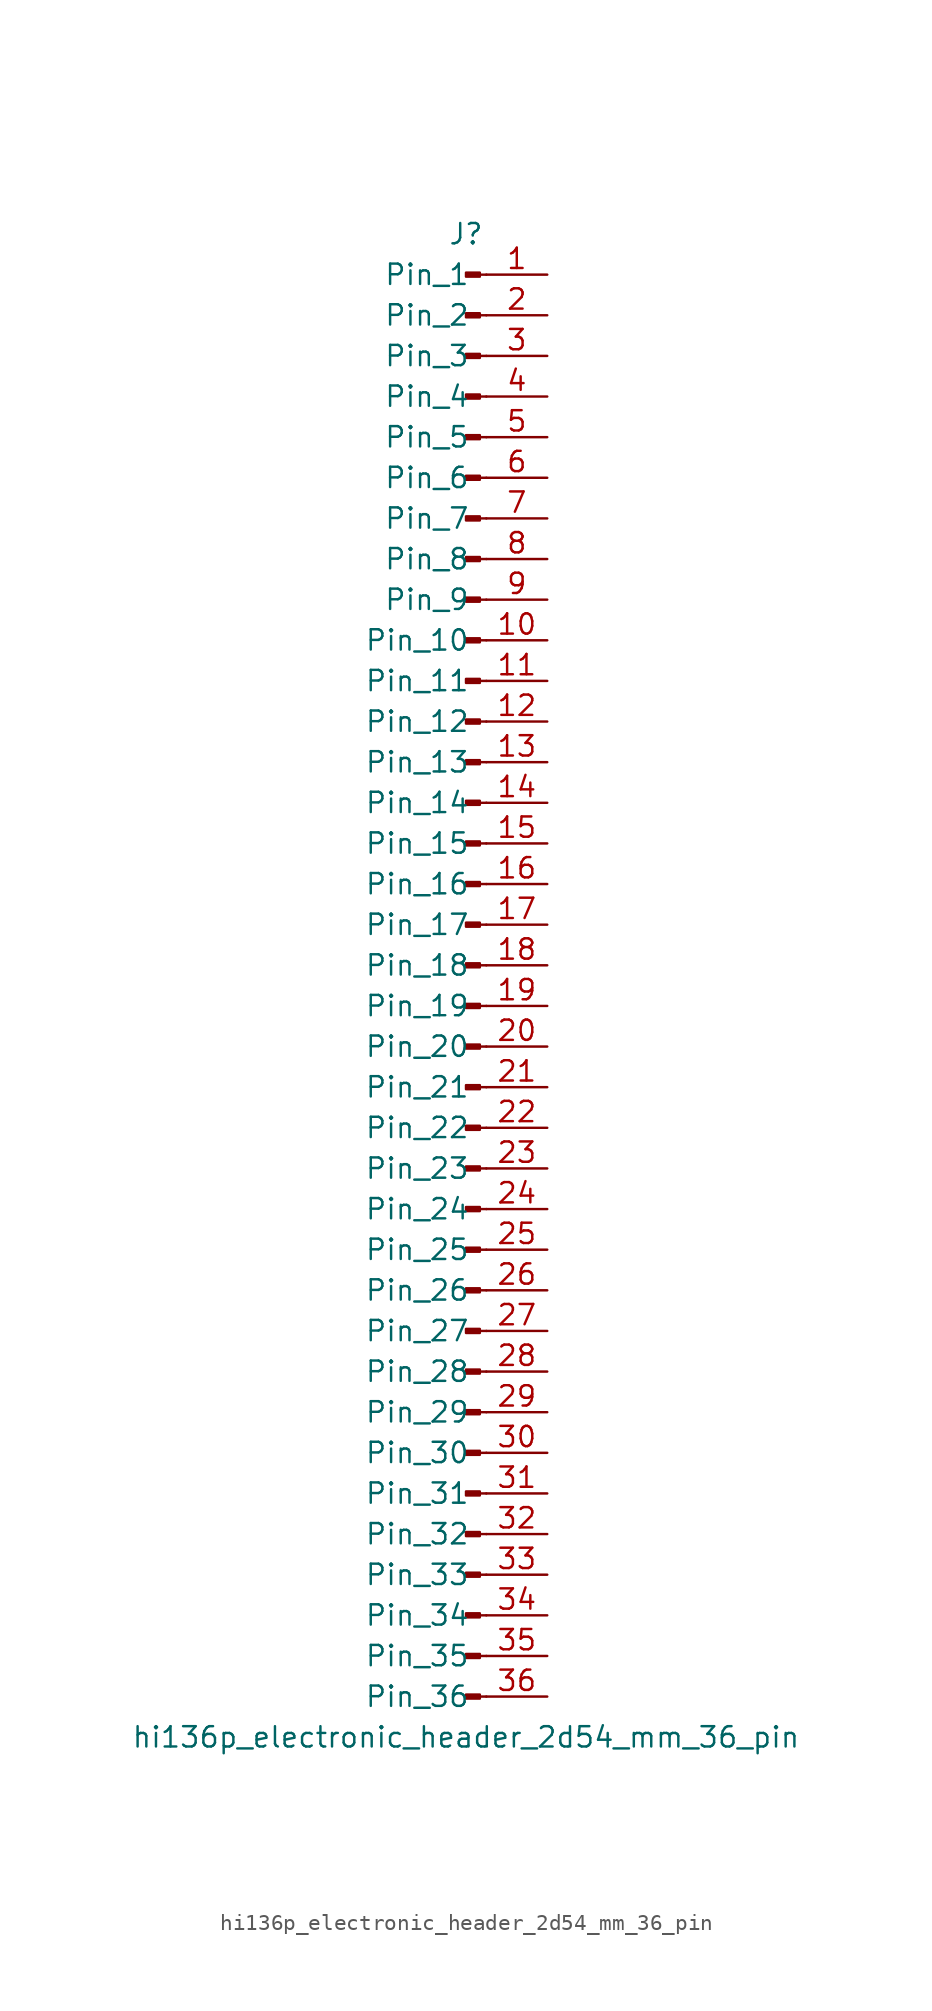
<source format=kicad_sym>
(kicad_symbol_lib
  (version 20220914)
  (generator kicad_symbol_editor)
  (symbol "hi136p_electronic_header_2d54_mm_36_pin"
    (pin_names
      (offset 1.016))
    (property "Reference" "J"
      (at 0 45.72 0)
      (effects (font (size 1.27 1.27))))
    (property "Value" "hi136p_electronic_header_2d54_mm_36_pin"
      (at 0 -48.26 0)
      (effects (font (size 1.27 1.27))))
    (property "ki_locked" ""
      (at 0 0 0)
      (effects (font (size 1.27 1.27))))
    (symbol "hi136p_electronic_header_2d54_mm_36_pin_1_1"
      (polyline (pts (xy 1.27 -45.72) (xy 0.864 -45.72)) (stroke (width 0.152) (type default)) (fill (type none)))
      (polyline (pts (xy 1.27 -43.18) (xy 0.864 -43.18)) (stroke (width 0.152) (type default)) (fill (type none)))
      (polyline (pts (xy 1.27 -40.64) (xy 0.864 -40.64)) (stroke (width 0.152) (type default)) (fill (type none)))
      (polyline (pts (xy 1.27 -38.1) (xy 0.864 -38.1)) (stroke (width 0.152) (type default)) (fill (type none)))
      (polyline (pts (xy 1.27 -35.56) (xy 0.864 -35.56)) (stroke (width 0.152) (type default)) (fill (type none)))
      (polyline (pts (xy 1.27 -33.02) (xy 0.864 -33.02)) (stroke (width 0.152) (type default)) (fill (type none)))
      (polyline (pts (xy 1.27 -30.48) (xy 0.864 -30.48)) (stroke (width 0.152) (type default)) (fill (type none)))
      (polyline (pts (xy 1.27 -27.94) (xy 0.864 -27.94)) (stroke (width 0.152) (type default)) (fill (type none)))
      (polyline (pts (xy 1.27 -25.4) (xy 0.864 -25.4)) (stroke (width 0.152) (type default)) (fill (type none)))
      (polyline (pts (xy 1.27 -22.86) (xy 0.864 -22.86)) (stroke (width 0.152) (type default)) (fill (type none)))
      (polyline (pts (xy 1.27 -20.32) (xy 0.864 -20.32)) (stroke (width 0.152) (type default)) (fill (type none)))
      (polyline (pts (xy 1.27 -17.78) (xy 0.864 -17.78)) (stroke (width 0.152) (type default)) (fill (type none)))
      (polyline (pts (xy 1.27 -15.24) (xy 0.864 -15.24)) (stroke (width 0.152) (type default)) (fill (type none)))
      (polyline (pts (xy 1.27 -12.7) (xy 0.864 -12.7)) (stroke (width 0.152) (type default)) (fill (type none)))
      (polyline (pts (xy 1.27 -10.16) (xy 0.864 -10.16)) (stroke (width 0.152) (type default)) (fill (type none)))
      (polyline (pts (xy 1.27 -7.62) (xy 0.864 -7.62)) (stroke (width 0.152) (type default)) (fill (type none)))
      (polyline (pts (xy 1.27 -5.08) (xy 0.864 -5.08)) (stroke (width 0.152) (type default)) (fill (type none)))
      (polyline (pts (xy 1.27 -2.54) (xy 0.864 -2.54)) (stroke (width 0.152) (type default)) (fill (type none)))
      (polyline (pts (xy 1.27 0) (xy 0.864 0)) (stroke (width 0.152) (type default)) (fill (type none)))
      (polyline (pts (xy 1.27 2.54) (xy 0.864 2.54)) (stroke (width 0.152) (type default)) (fill (type none)))
      (polyline (pts (xy 1.27 5.08) (xy 0.864 5.08)) (stroke (width 0.152) (type default)) (fill (type none)))
      (polyline (pts (xy 1.27 7.62) (xy 0.864 7.62)) (stroke (width 0.152) (type default)) (fill (type none)))
      (polyline (pts (xy 1.27 10.16) (xy 0.864 10.16)) (stroke (width 0.152) (type default)) (fill (type none)))
      (polyline (pts (xy 1.27 12.7) (xy 0.864 12.7)) (stroke (width 0.152) (type default)) (fill (type none)))
      (polyline (pts (xy 1.27 15.24) (xy 0.864 15.24)) (stroke (width 0.152) (type default)) (fill (type none)))
      (polyline (pts (xy 1.27 17.78) (xy 0.864 17.78)) (stroke (width 0.152) (type default)) (fill (type none)))
      (polyline (pts (xy 1.27 20.32) (xy 0.864 20.32)) (stroke (width 0.152) (type default)) (fill (type none)))
      (polyline (pts (xy 1.27 22.86) (xy 0.864 22.86)) (stroke (width 0.152) (type default)) (fill (type none)))
      (polyline (pts (xy 1.27 25.4) (xy 0.864 25.4)) (stroke (width 0.152) (type default)) (fill (type none)))
      (polyline (pts (xy 1.27 27.94) (xy 0.864 27.94)) (stroke (width 0.152) (type default)) (fill (type none)))
      (polyline (pts (xy 1.27 30.48) (xy 0.864 30.48)) (stroke (width 0.152) (type default)) (fill (type none)))
      (polyline (pts (xy 1.27 33.02) (xy 0.864 33.02)) (stroke (width 0.152) (type default)) (fill (type none)))
      (polyline (pts (xy 1.27 35.56) (xy 0.864 35.56)) (stroke (width 0.152) (type default)) (fill (type none)))
      (polyline (pts (xy 1.27 38.1) (xy 0.864 38.1)) (stroke (width 0.152) (type default)) (fill (type none)))
      (polyline (pts (xy 1.27 40.64) (xy 0.864 40.64)) (stroke (width 0.152) (type default)) (fill (type none)))
      (polyline (pts (xy 1.27 43.18) (xy 0.864 43.18)) (stroke (width 0.152) (type default)) (fill (type none)))
      (rectangle (start 0.864 -45.593) (end 0 -45.847) (stroke (width 0.152) (type default)) (fill (type outline)))
      (rectangle (start 0.864 -43.053) (end 0 -43.307) (stroke (width 0.152) (type default)) (fill (type outline)))
      (rectangle (start 0.864 -40.513) (end 0 -40.767) (stroke (width 0.152) (type default)) (fill (type outline)))
      (rectangle (start 0.864 -37.973) (end 0 -38.227) (stroke (width 0.152) (type default)) (fill (type outline)))
      (rectangle (start 0.864 -35.433) (end 0 -35.687) (stroke (width 0.152) (type default)) (fill (type outline)))
      (rectangle (start 0.864 -32.893) (end 0 -33.147) (stroke (width 0.152) (type default)) (fill (type outline)))
      (rectangle (start 0.864 -30.353) (end 0 -30.607) (stroke (width 0.152) (type default)) (fill (type outline)))
      (rectangle (start 0.864 -27.813) (end 0 -28.067) (stroke (width 0.152) (type default)) (fill (type outline)))
      (rectangle (start 0.864 -25.273) (end 0 -25.527) (stroke (width 0.152) (type default)) (fill (type outline)))
      (rectangle (start 0.864 -22.733) (end 0 -22.987) (stroke (width 0.152) (type default)) (fill (type outline)))
      (rectangle (start 0.864 -20.193) (end 0 -20.447) (stroke (width 0.152) (type default)) (fill (type outline)))
      (rectangle (start 0.864 -17.653) (end 0 -17.907) (stroke (width 0.152) (type default)) (fill (type outline)))
      (rectangle (start 0.864 -15.113) (end 0 -15.367) (stroke (width 0.152) (type default)) (fill (type outline)))
      (rectangle (start 0.864 -12.573) (end 0 -12.827) (stroke (width 0.152) (type default)) (fill (type outline)))
      (rectangle (start 0.864 -10.033) (end 0 -10.287) (stroke (width 0.152) (type default)) (fill (type outline)))
      (rectangle (start 0.864 -7.493) (end 0 -7.747) (stroke (width 0.152) (type default)) (fill (type outline)))
      (rectangle (start 0.864 -4.953) (end 0 -5.207) (stroke (width 0.152) (type default)) (fill (type outline)))
      (rectangle (start 0.864 -2.413) (end 0 -2.667) (stroke (width 0.152) (type default)) (fill (type outline)))
      (rectangle (start 0.864 0.127) (end 0 -0.127) (stroke (width 0.152) (type default)) (fill (type outline)))
      (rectangle (start 0.864 2.667) (end 0 2.413) (stroke (width 0.152) (type default)) (fill (type outline)))
      (rectangle (start 0.864 5.207) (end 0 4.953) (stroke (width 0.152) (type default)) (fill (type outline)))
      (rectangle (start 0.864 7.747) (end 0 7.493) (stroke (width 0.152) (type default)) (fill (type outline)))
      (rectangle (start 0.864 10.287) (end 0 10.033) (stroke (width 0.152) (type default)) (fill (type outline)))
      (rectangle (start 0.864 12.827) (end 0 12.573) (stroke (width 0.152) (type default)) (fill (type outline)))
      (rectangle (start 0.864 15.367) (end 0 15.113) (stroke (width 0.152) (type default)) (fill (type outline)))
      (rectangle (start 0.864 17.907) (end 0 17.653) (stroke (width 0.152) (type default)) (fill (type outline)))
      (rectangle (start 0.864 20.447) (end 0 20.193) (stroke (width 0.152) (type default)) (fill (type outline)))
      (rectangle (start 0.864 22.987) (end 0 22.733) (stroke (width 0.152) (type default)) (fill (type outline)))
      (rectangle (start 0.864 25.527) (end 0 25.273) (stroke (width 0.152) (type default)) (fill (type outline)))
      (rectangle (start 0.864 28.067) (end 0 27.813) (stroke (width 0.152) (type default)) (fill (type outline)))
      (rectangle (start 0.864 30.607) (end 0 30.353) (stroke (width 0.152) (type default)) (fill (type outline)))
      (rectangle (start 0.864 33.147) (end 0 32.893) (stroke (width 0.152) (type default)) (fill (type outline)))
      (rectangle (start 0.864 35.687) (end 0 35.433) (stroke (width 0.152) (type default)) (fill (type outline)))
      (rectangle (start 0.864 38.227) (end 0 37.973) (stroke (width 0.152) (type default)) (fill (type outline)))
      (rectangle (start 0.864 40.767) (end 0 40.513) (stroke (width 0.152) (type default)) (fill (type outline)))
      (rectangle (start 0.864 43.307) (end 0 43.053) (stroke (width 0.152) (type default)) (fill (type outline)))
      (pin passive line (at 5.08 43.18 180) (length 3.81) (name "Pin_1" (effects (font (size 1.27 1.27)))) (number "1" (effects (font (size 1.27 1.27)))))
      (pin passive line (at 5.08 20.32 180) (length 3.81) (name "Pin_10" (effects (font (size 1.27 1.27)))) (number "10" (effects (font (size 1.27 1.27)))))
      (pin passive line (at 5.08 17.78 180) (length 3.81) (name "Pin_11" (effects (font (size 1.27 1.27)))) (number "11" (effects (font (size 1.27 1.27)))))
      (pin passive line (at 5.08 15.24 180) (length 3.81) (name "Pin_12" (effects (font (size 1.27 1.27)))) (number "12" (effects (font (size 1.27 1.27)))))
      (pin passive line (at 5.08 12.7 180) (length 3.81) (name "Pin_13" (effects (font (size 1.27 1.27)))) (number "13" (effects (font (size 1.27 1.27)))))
      (pin passive line (at 5.08 10.16 180) (length 3.81) (name "Pin_14" (effects (font (size 1.27 1.27)))) (number "14" (effects (font (size 1.27 1.27)))))
      (pin passive line (at 5.08 7.62 180) (length 3.81) (name "Pin_15" (effects (font (size 1.27 1.27)))) (number "15" (effects (font (size 1.27 1.27)))))
      (pin passive line (at 5.08 5.08 180) (length 3.81) (name "Pin_16" (effects (font (size 1.27 1.27)))) (number "16" (effects (font (size 1.27 1.27)))))
      (pin passive line (at 5.08 2.54 180) (length 3.81) (name "Pin_17" (effects (font (size 1.27 1.27)))) (number "17" (effects (font (size 1.27 1.27)))))
      (pin passive line (at 5.08 0 180) (length 3.81) (name "Pin_18" (effects (font (size 1.27 1.27)))) (number "18" (effects (font (size 1.27 1.27)))))
      (pin passive line (at 5.08 -2.54 180) (length 3.81) (name "Pin_19" (effects (font (size 1.27 1.27)))) (number "19" (effects (font (size 1.27 1.27)))))
      (pin passive line (at 5.08 40.64 180) (length 3.81) (name "Pin_2" (effects (font (size 1.27 1.27)))) (number "2" (effects (font (size 1.27 1.27)))))
      (pin passive line (at 5.08 -5.08 180) (length 3.81) (name "Pin_20" (effects (font (size 1.27 1.27)))) (number "20" (effects (font (size 1.27 1.27)))))
      (pin passive line (at 5.08 -7.62 180) (length 3.81) (name "Pin_21" (effects (font (size 1.27 1.27)))) (number "21" (effects (font (size 1.27 1.27)))))
      (pin passive line (at 5.08 -10.16 180) (length 3.81) (name "Pin_22" (effects (font (size 1.27 1.27)))) (number "22" (effects (font (size 1.27 1.27)))))
      (pin passive line (at 5.08 -12.7 180) (length 3.81) (name "Pin_23" (effects (font (size 1.27 1.27)))) (number "23" (effects (font (size 1.27 1.27)))))
      (pin passive line (at 5.08 -15.24 180) (length 3.81) (name "Pin_24" (effects (font (size 1.27 1.27)))) (number "24" (effects (font (size 1.27 1.27)))))
      (pin passive line (at 5.08 -17.78 180) (length 3.81) (name "Pin_25" (effects (font (size 1.27 1.27)))) (number "25" (effects (font (size 1.27 1.27)))))
      (pin passive line (at 5.08 -20.32 180) (length 3.81) (name "Pin_26" (effects (font (size 1.27 1.27)))) (number "26" (effects (font (size 1.27 1.27)))))
      (pin passive line (at 5.08 -22.86 180) (length 3.81) (name "Pin_27" (effects (font (size 1.27 1.27)))) (number "27" (effects (font (size 1.27 1.27)))))
      (pin passive line (at 5.08 -25.4 180) (length 3.81) (name "Pin_28" (effects (font (size 1.27 1.27)))) (number "28" (effects (font (size 1.27 1.27)))))
      (pin passive line (at 5.08 -27.94 180) (length 3.81) (name "Pin_29" (effects (font (size 1.27 1.27)))) (number "29" (effects (font (size 1.27 1.27)))))
      (pin passive line (at 5.08 38.1 180) (length 3.81) (name "Pin_3" (effects (font (size 1.27 1.27)))) (number "3" (effects (font (size 1.27 1.27)))))
      (pin passive line (at 5.08 -30.48 180) (length 3.81) (name "Pin_30" (effects (font (size 1.27 1.27)))) (number "30" (effects (font (size 1.27 1.27)))))
      (pin passive line (at 5.08 -33.02 180) (length 3.81) (name "Pin_31" (effects (font (size 1.27 1.27)))) (number "31" (effects (font (size 1.27 1.27)))))
      (pin passive line (at 5.08 -35.56 180) (length 3.81) (name "Pin_32" (effects (font (size 1.27 1.27)))) (number "32" (effects (font (size 1.27 1.27)))))
      (pin passive line (at 5.08 -38.1 180) (length 3.81) (name "Pin_33" (effects (font (size 1.27 1.27)))) (number "33" (effects (font (size 1.27 1.27)))))
      (pin passive line (at 5.08 -40.64 180) (length 3.81) (name "Pin_34" (effects (font (size 1.27 1.27)))) (number "34" (effects (font (size 1.27 1.27)))))
      (pin passive line (at 5.08 -43.18 180) (length 3.81) (name "Pin_35" (effects (font (size 1.27 1.27)))) (number "35" (effects (font (size 1.27 1.27)))))
      (pin passive line (at 5.08 -45.72 180) (length 3.81) (name "Pin_36" (effects (font (size 1.27 1.27)))) (number "36" (effects (font (size 1.27 1.27)))))
      (pin passive line (at 5.08 35.56 180) (length 3.81) (name "Pin_4" (effects (font (size 1.27 1.27)))) (number "4" (effects (font (size 1.27 1.27)))))
      (pin passive line (at 5.08 33.02 180) (length 3.81) (name "Pin_5" (effects (font (size 1.27 1.27)))) (number "5" (effects (font (size 1.27 1.27)))))
      (pin passive line (at 5.08 30.48 180) (length 3.81) (name "Pin_6" (effects (font (size 1.27 1.27)))) (number "6" (effects (font (size 1.27 1.27)))))
      (pin passive line (at 5.08 27.94 180) (length 3.81) (name "Pin_7" (effects (font (size 1.27 1.27)))) (number "7" (effects (font (size 1.27 1.27)))))
      (pin passive line (at 5.08 25.4 180) (length 3.81) (name "Pin_8" (effects (font (size 1.27 1.27)))) (number "8" (effects (font (size 1.27 1.27)))))
      (pin passive line (at 5.08 22.86 180) (length 3.81) (name "Pin_9" (effects (font (size 1.27 1.27)))) (number "9" (effects (font (size 1.27 1.27))))))))
</source>
